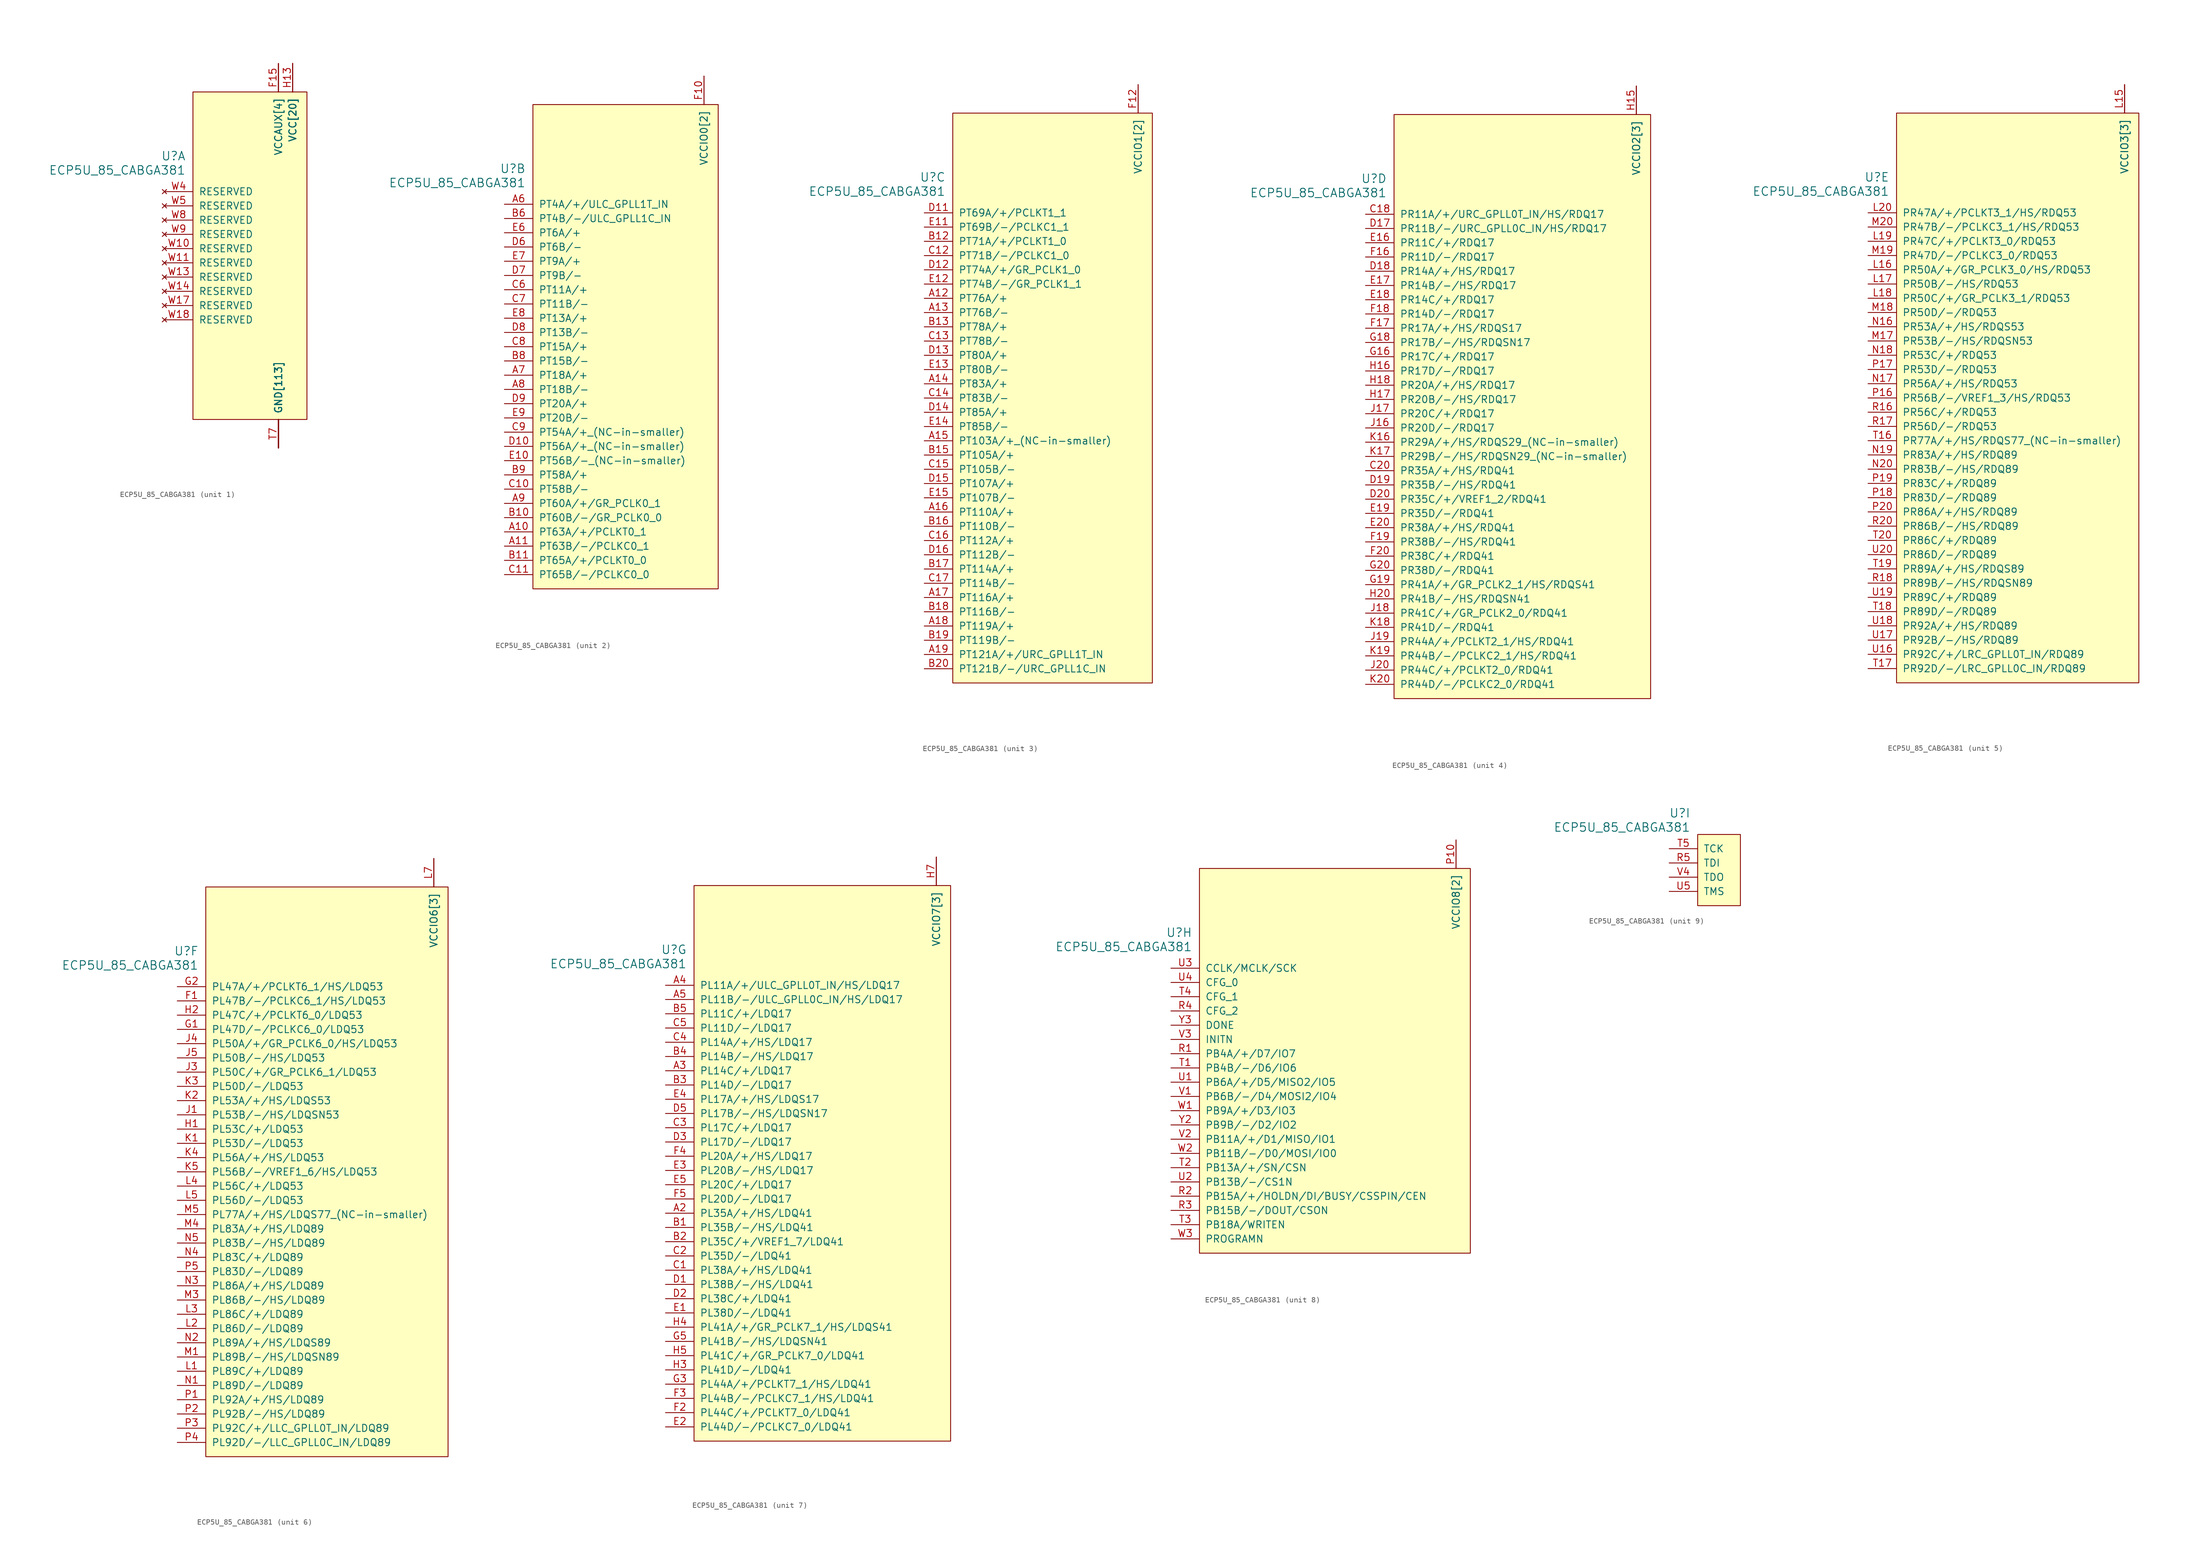
<source format=kicad_sym>
(kicad_symbol_lib
  (version 20211014)
  (generator kicad_symbol_editor)
  (symbol "ECP5U_85_CABGA381"
    (pin_names
      (offset 1.016))
    (property "Reference" "U"
      (at 3.81 6.35 0)
      (effects (font (size 1.524 1.524)) (justify right)))
    (property "Value" "ECP5U_85_CABGA381"
      (at 3.81 3.81 0)
      (effects (font (size 1.524 1.524)) (justify right)))
    (property "ki_locked" ""
      (at 0 0 0)
      (effects (font (size 1.27 1.27))))
    (symbol "ECP5U_85_CABGA381_1_1"
      (rectangle (start 5.08 17.78) (end 25.4 -40.64) (stroke (width 0) (type default) (color 0 0 0 0)) (fill (type background)))
      (pin power_in line (at 20.32 -45.72 90) (length 5.08) (name "GND[113]" (effects (font (size 1.27 1.27)))) (number "B14" (effects (font (size 0 0)))))
      (pin power_in line (at 20.32 -45.72 90) (length 5.08) (name "GND[113]" (effects (font (size 1.27 1.27)))) (number "B7" (effects (font (size 0 0)))))
      (pin power_in line (at 20.32 -45.72 90) (length 5.08) (name "GND[113]" (effects (font (size 1.27 1.27)))) (number "C19" (effects (font (size 0 0)))))
      (pin power_in line (at 20.32 -45.72 90) (length 5.08) (name "GND[113]" (effects (font (size 1.27 1.27)))) (number "D4" (effects (font (size 0 0)))))
      (pin power_in line (at 20.32 -45.72 90) (length 5.08) (name "GND[113]" (effects (font (size 1.27 1.27)))) (number "F13" (effects (font (size 0 0)))))
      (pin power_in line (at 20.32 -45.72 90) (length 5.08) (name "GND[113]" (effects (font (size 1.27 1.27)))) (number "F14" (effects (font (size 0 0)))))
      (pin power_in line (at 20.32 22.86 270) (length 5.08) (name "VCCAUX[4]" (effects (font (size 1.27 1.27)))) (number "F15" (effects (font (size 1.27 1.27)))))
      (pin power_in line (at 20.32 22.86 270) (length 5.08) (name "VCCAUX[4]" (effects (font (size 1.27 1.27)))) (number "F6" (effects (font (size 0 0)))))
      (pin power_in line (at 20.32 -45.72 90) (length 5.08) (name "GND[113]" (effects (font (size 1.27 1.27)))) (number "F7" (effects (font (size 0 0)))))
      (pin power_in line (at 20.32 -45.72 90) (length 5.08) (name "GND[113]" (effects (font (size 1.27 1.27)))) (number "F8" (effects (font (size 0 0)))))
      (pin power_in line (at 20.32 -45.72 90) (length 5.08) (name "GND[113]" (effects (font (size 1.27 1.27)))) (number "G10" (effects (font (size 0 0)))))
      (pin power_in line (at 20.32 -45.72 90) (length 5.08) (name "GND[113]" (effects (font (size 1.27 1.27)))) (number "G11" (effects (font (size 0 0)))))
      (pin power_in line (at 20.32 -45.72 90) (length 5.08) (name "GND[113]" (effects (font (size 1.27 1.27)))) (number "G12" (effects (font (size 0 0)))))
      (pin power_in line (at 20.32 -45.72 90) (length 5.08) (name "GND[113]" (effects (font (size 1.27 1.27)))) (number "G13" (effects (font (size 0 0)))))
      (pin power_in line (at 20.32 -45.72 90) (length 5.08) (name "GND[113]" (effects (font (size 1.27 1.27)))) (number "G14" (effects (font (size 0 0)))))
      (pin power_in line (at 20.32 -45.72 90) (length 5.08) (name "GND[113]" (effects (font (size 1.27 1.27)))) (number "G15" (effects (font (size 0 0)))))
      (pin power_in line (at 20.32 -45.72 90) (length 5.08) (name "GND[113]" (effects (font (size 1.27 1.27)))) (number "G17" (effects (font (size 0 0)))))
      (pin power_in line (at 20.32 -45.72 90) (length 5.08) (name "GND[113]" (effects (font (size 1.27 1.27)))) (number "G4" (effects (font (size 0 0)))))
      (pin power_in line (at 20.32 -45.72 90) (length 5.08) (name "GND[113]" (effects (font (size 1.27 1.27)))) (number "G6" (effects (font (size 0 0)))))
      (pin power_in line (at 20.32 -45.72 90) (length 5.08) (name "GND[113]" (effects (font (size 1.27 1.27)))) (number "G7" (effects (font (size 0 0)))))
      (pin power_in line (at 20.32 -45.72 90) (length 5.08) (name "GND[113]" (effects (font (size 1.27 1.27)))) (number "G8" (effects (font (size 0 0)))))
      (pin power_in line (at 20.32 -45.72 90) (length 5.08) (name "GND[113]" (effects (font (size 1.27 1.27)))) (number "G9" (effects (font (size 0 0)))))
      (pin power_in line (at 22.86 22.86 270) (length 5.08) (name "VCC[20]" (effects (font (size 1.27 1.27)))) (number "H10" (effects (font (size 0 0)))))
      (pin power_in line (at 22.86 22.86 270) (length 5.08) (name "VCC[20]" (effects (font (size 1.27 1.27)))) (number "H11" (effects (font (size 0 0)))))
      (pin power_in line (at 22.86 22.86 270) (length 5.08) (name "VCC[20]" (effects (font (size 1.27 1.27)))) (number "H12" (effects (font (size 0 0)))))
      (pin power_in line (at 22.86 22.86 270) (length 5.08) (name "VCC[20]" (effects (font (size 1.27 1.27)))) (number "H13" (effects (font (size 1.27 1.27)))))
      (pin power_in line (at 20.32 -45.72 90) (length 5.08) (name "GND[113]" (effects (font (size 1.27 1.27)))) (number "H19" (effects (font (size 0 0)))))
      (pin power_in line (at 22.86 22.86 270) (length 5.08) (name "VCC[20]" (effects (font (size 1.27 1.27)))) (number "H8" (effects (font (size 0 0)))))
      (pin power_in line (at 22.86 22.86 270) (length 5.08) (name "VCC[20]" (effects (font (size 1.27 1.27)))) (number "H9" (effects (font (size 0 0)))))
      (pin power_in line (at 20.32 -45.72 90) (length 5.08) (name "GND[113]" (effects (font (size 1.27 1.27)))) (number "J10" (effects (font (size 0 0)))))
      (pin power_in line (at 20.32 -45.72 90) (length 5.08) (name "GND[113]" (effects (font (size 1.27 1.27)))) (number "J11" (effects (font (size 0 0)))))
      (pin power_in line (at 20.32 -45.72 90) (length 5.08) (name "GND[113]" (effects (font (size 1.27 1.27)))) (number "J12" (effects (font (size 0 0)))))
      (pin power_in line (at 22.86 22.86 270) (length 5.08) (name "VCC[20]" (effects (font (size 1.27 1.27)))) (number "J13" (effects (font (size 0 0)))))
      (pin power_in line (at 20.32 -45.72 90) (length 5.08) (name "GND[113]" (effects (font (size 1.27 1.27)))) (number "J14" (effects (font (size 0 0)))))
      (pin power_in line (at 20.32 -45.72 90) (length 5.08) (name "GND[113]" (effects (font (size 1.27 1.27)))) (number "J2" (effects (font (size 0 0)))))
      (pin power_in line (at 20.32 -45.72 90) (length 5.08) (name "GND[113]" (effects (font (size 1.27 1.27)))) (number "J7" (effects (font (size 0 0)))))
      (pin power_in line (at 22.86 22.86 270) (length 5.08) (name "VCC[20]" (effects (font (size 1.27 1.27)))) (number "J8" (effects (font (size 0 0)))))
      (pin power_in line (at 20.32 -45.72 90) (length 5.08) (name "GND[113]" (effects (font (size 1.27 1.27)))) (number "J9" (effects (font (size 0 0)))))
      (pin power_in line (at 20.32 -45.72 90) (length 5.08) (name "GND[113]" (effects (font (size 1.27 1.27)))) (number "K10" (effects (font (size 0 0)))))
      (pin power_in line (at 20.32 -45.72 90) (length 5.08) (name "GND[113]" (effects (font (size 1.27 1.27)))) (number "K11" (effects (font (size 0 0)))))
      (pin power_in line (at 20.32 -45.72 90) (length 5.08) (name "GND[113]" (effects (font (size 1.27 1.27)))) (number "K12" (effects (font (size 0 0)))))
      (pin power_in line (at 22.86 22.86 270) (length 5.08) (name "VCC[20]" (effects (font (size 1.27 1.27)))) (number "K13" (effects (font (size 0 0)))))
      (pin power_in line (at 20.32 -45.72 90) (length 5.08) (name "GND[113]" (effects (font (size 1.27 1.27)))) (number "K14" (effects (font (size 0 0)))))
      (pin power_in line (at 20.32 -45.72 90) (length 5.08) (name "GND[113]" (effects (font (size 1.27 1.27)))) (number "K15" (effects (font (size 0 0)))))
      (pin power_in line (at 20.32 -45.72 90) (length 5.08) (name "GND[113]" (effects (font (size 1.27 1.27)))) (number "K6" (effects (font (size 0 0)))))
      (pin power_in line (at 20.32 -45.72 90) (length 5.08) (name "GND[113]" (effects (font (size 1.27 1.27)))) (number "K7" (effects (font (size 0 0)))))
      (pin power_in line (at 22.86 22.86 270) (length 5.08) (name "VCC[20]" (effects (font (size 1.27 1.27)))) (number "K8" (effects (font (size 0 0)))))
      (pin power_in line (at 20.32 -45.72 90) (length 5.08) (name "GND[113]" (effects (font (size 1.27 1.27)))) (number "K9" (effects (font (size 0 0)))))
      (pin power_in line (at 20.32 -45.72 90) (length 5.08) (name "GND[113]" (effects (font (size 1.27 1.27)))) (number "L10" (effects (font (size 0 0)))))
      (pin power_in line (at 20.32 -45.72 90) (length 5.08) (name "GND[113]" (effects (font (size 1.27 1.27)))) (number "L11" (effects (font (size 0 0)))))
      (pin power_in line (at 20.32 -45.72 90) (length 5.08) (name "GND[113]" (effects (font (size 1.27 1.27)))) (number "L12" (effects (font (size 0 0)))))
      (pin power_in line (at 22.86 22.86 270) (length 5.08) (name "VCC[20]" (effects (font (size 1.27 1.27)))) (number "L13" (effects (font (size 0 0)))))
      (pin power_in line (at 22.86 22.86 270) (length 5.08) (name "VCC[20]" (effects (font (size 1.27 1.27)))) (number "L8" (effects (font (size 0 0)))))
      (pin power_in line (at 20.32 -45.72 90) (length 5.08) (name "GND[113]" (effects (font (size 1.27 1.27)))) (number "L9" (effects (font (size 0 0)))))
      (pin power_in line (at 20.32 -45.72 90) (length 5.08) (name "GND[113]" (effects (font (size 1.27 1.27)))) (number "M10" (effects (font (size 0 0)))))
      (pin power_in line (at 20.32 -45.72 90) (length 5.08) (name "GND[113]" (effects (font (size 1.27 1.27)))) (number "M11" (effects (font (size 0 0)))))
      (pin power_in line (at 20.32 -45.72 90) (length 5.08) (name "GND[113]" (effects (font (size 1.27 1.27)))) (number "M12" (effects (font (size 0 0)))))
      (pin power_in line (at 22.86 22.86 270) (length 5.08) (name "VCC[20]" (effects (font (size 1.27 1.27)))) (number "M13" (effects (font (size 0 0)))))
      (pin power_in line (at 20.32 -45.72 90) (length 5.08) (name "GND[113]" (effects (font (size 1.27 1.27)))) (number "M14" (effects (font (size 0 0)))))
      (pin power_in line (at 20.32 -45.72 90) (length 5.08) (name "GND[113]" (effects (font (size 1.27 1.27)))) (number "M16" (effects (font (size 0 0)))))
      (pin power_in line (at 20.32 -45.72 90) (length 5.08) (name "GND[113]" (effects (font (size 1.27 1.27)))) (number "M2" (effects (font (size 0 0)))))
      (pin power_in line (at 20.32 -45.72 90) (length 5.08) (name "GND[113]" (effects (font (size 1.27 1.27)))) (number "M7" (effects (font (size 0 0)))))
      (pin power_in line (at 22.86 22.86 270) (length 5.08) (name "VCC[20]" (effects (font (size 1.27 1.27)))) (number "M8" (effects (font (size 0 0)))))
      (pin power_in line (at 20.32 -45.72 90) (length 5.08) (name "GND[113]" (effects (font (size 1.27 1.27)))) (number "M9" (effects (font (size 0 0)))))
      (pin power_in line (at 22.86 22.86 270) (length 5.08) (name "VCC[20]" (effects (font (size 1.27 1.27)))) (number "N10" (effects (font (size 0 0)))))
      (pin power_in line (at 22.86 22.86 270) (length 5.08) (name "VCC[20]" (effects (font (size 1.27 1.27)))) (number "N11" (effects (font (size 0 0)))))
      (pin power_in line (at 22.86 22.86 270) (length 5.08) (name "VCC[20]" (effects (font (size 1.27 1.27)))) (number "N12" (effects (font (size 0 0)))))
      (pin power_in line (at 22.86 22.86 270) (length 5.08) (name "VCC[20]" (effects (font (size 1.27 1.27)))) (number "N13" (effects (font (size 0 0)))))
      (pin power_in line (at 20.32 -45.72 90) (length 5.08) (name "GND[113]" (effects (font (size 1.27 1.27)))) (number "N14" (effects (font (size 0 0)))))
      (pin power_in line (at 20.32 -45.72 90) (length 5.08) (name "GND[113]" (effects (font (size 1.27 1.27)))) (number "N15" (effects (font (size 0 0)))))
      (pin power_in line (at 20.32 -45.72 90) (length 5.08) (name "GND[113]" (effects (font (size 1.27 1.27)))) (number "N6" (effects (font (size 0 0)))))
      (pin power_in line (at 20.32 -45.72 90) (length 5.08) (name "GND[113]" (effects (font (size 1.27 1.27)))) (number "N7" (effects (font (size 0 0)))))
      (pin power_in line (at 22.86 22.86 270) (length 5.08) (name "VCC[20]" (effects (font (size 1.27 1.27)))) (number "N8" (effects (font (size 0 0)))))
      (pin power_in line (at 22.86 22.86 270) (length 5.08) (name "VCC[20]" (effects (font (size 1.27 1.27)))) (number "N9" (effects (font (size 0 0)))))
      (pin power_in line (at 20.32 -45.72 90) (length 5.08) (name "GND[113]" (effects (font (size 1.27 1.27)))) (number "P11" (effects (font (size 0 0)))))
      (pin power_in line (at 20.32 -45.72 90) (length 5.08) (name "GND[113]" (effects (font (size 1.27 1.27)))) (number "P12" (effects (font (size 0 0)))))
      (pin power_in line (at 20.32 -45.72 90) (length 5.08) (name "GND[113]" (effects (font (size 1.27 1.27)))) (number "P13" (effects (font (size 0 0)))))
      (pin power_in line (at 20.32 -45.72 90) (length 5.08) (name "GND[113]" (effects (font (size 1.27 1.27)))) (number "P14" (effects (font (size 0 0)))))
      (pin power_in line (at 20.32 22.86 270) (length 5.08) (name "VCCAUX[4]" (effects (font (size 1.27 1.27)))) (number "P15" (effects (font (size 0 0)))))
      (pin power_in line (at 20.32 22.86 270) (length 5.08) (name "VCCAUX[4]" (effects (font (size 1.27 1.27)))) (number "P6" (effects (font (size 0 0)))))
      (pin power_in line (at 20.32 -45.72 90) (length 5.08) (name "GND[113]" (effects (font (size 1.27 1.27)))) (number "P7" (effects (font (size 0 0)))))
      (pin power_in line (at 20.32 -45.72 90) (length 5.08) (name "GND[113]" (effects (font (size 1.27 1.27)))) (number "P8" (effects (font (size 0 0)))))
      (pin power_in line (at 20.32 -45.72 90) (length 5.08) (name "GND[113]" (effects (font (size 1.27 1.27)))) (number "R19" (effects (font (size 0 0)))))
      (pin power_in line (at 20.32 -45.72 90) (length 5.08) (name "GND[113]" (effects (font (size 1.27 1.27)))) (number "T10" (effects (font (size 0 0)))))
      (pin power_in line (at 20.32 -45.72 90) (length 5.08) (name "GND[113]" (effects (font (size 1.27 1.27)))) (number "T11" (effects (font (size 0 0)))))
      (pin power_in line (at 20.32 -45.72 90) (length 5.08) (name "GND[113]" (effects (font (size 1.27 1.27)))) (number "T12" (effects (font (size 0 0)))))
      (pin power_in line (at 20.32 -45.72 90) (length 5.08) (name "GND[113]" (effects (font (size 1.27 1.27)))) (number "T13" (effects (font (size 0 0)))))
      (pin power_in line (at 20.32 -45.72 90) (length 5.08) (name "GND[113]" (effects (font (size 1.27 1.27)))) (number "T14" (effects (font (size 0 0)))))
      (pin power_in line (at 20.32 -45.72 90) (length 5.08) (name "GND[113]" (effects (font (size 1.27 1.27)))) (number "T15" (effects (font (size 0 0)))))
      (pin power_in line (at 20.32 -45.72 90) (length 5.08) (name "GND[113]" (effects (font (size 1.27 1.27)))) (number "T6" (effects (font (size 0 0)))))
      (pin power_in line (at 20.32 -45.72 90) (length 5.08) (name "GND[113]" (effects (font (size 1.27 1.27)))) (number "T7" (effects (font (size 1.27 1.27)))))
      (pin power_in line (at 20.32 -45.72 90) (length 5.08) (name "GND[113]" (effects (font (size 1.27 1.27)))) (number "T8" (effects (font (size 0 0)))))
      (pin power_in line (at 20.32 -45.72 90) (length 5.08) (name "GND[113]" (effects (font (size 1.27 1.27)))) (number "T9" (effects (font (size 0 0)))))
      (pin power_in line (at 20.32 -45.72 90) (length 5.08) (name "GND[113]" (effects (font (size 1.27 1.27)))) (number "U10" (effects (font (size 0 0)))))
      (pin power_in line (at 20.32 -45.72 90) (length 5.08) (name "GND[113]" (effects (font (size 1.27 1.27)))) (number "U11" (effects (font (size 0 0)))))
      (pin power_in line (at 20.32 -45.72 90) (length 5.08) (name "GND[113]" (effects (font (size 1.27 1.27)))) (number "U12" (effects (font (size 0 0)))))
      (pin power_in line (at 20.32 -45.72 90) (length 5.08) (name "GND[113]" (effects (font (size 1.27 1.27)))) (number "U13" (effects (font (size 0 0)))))
      (pin power_in line (at 20.32 -45.72 90) (length 5.08) (name "GND[113]" (effects (font (size 1.27 1.27)))) (number "U14" (effects (font (size 0 0)))))
      (pin power_in line (at 20.32 -45.72 90) (length 5.08) (name "GND[113]" (effects (font (size 1.27 1.27)))) (number "U15" (effects (font (size 0 0)))))
      (pin power_in line (at 20.32 -45.72 90) (length 5.08) (name "GND[113]" (effects (font (size 1.27 1.27)))) (number "U6" (effects (font (size 0 0)))))
      (pin power_in line (at 20.32 -45.72 90) (length 5.08) (name "GND[113]" (effects (font (size 1.27 1.27)))) (number "U7" (effects (font (size 0 0)))))
      (pin power_in line (at 20.32 -45.72 90) (length 5.08) (name "GND[113]" (effects (font (size 1.27 1.27)))) (number "U8" (effects (font (size 0 0)))))
      (pin power_in line (at 20.32 -45.72 90) (length 5.08) (name "GND[113]" (effects (font (size 1.27 1.27)))) (number "U9" (effects (font (size 0 0)))))
      (pin power_in line (at 20.32 -45.72 90) (length 5.08) (name "GND[113]" (effects (font (size 1.27 1.27)))) (number "V10" (effects (font (size 0 0)))))
      (pin power_in line (at 20.32 -45.72 90) (length 5.08) (name "GND[113]" (effects (font (size 1.27 1.27)))) (number "V11" (effects (font (size 0 0)))))
      (pin power_in line (at 20.32 -45.72 90) (length 5.08) (name "GND[113]" (effects (font (size 1.27 1.27)))) (number "V12" (effects (font (size 0 0)))))
      (pin power_in line (at 20.32 -45.72 90) (length 5.08) (name "GND[113]" (effects (font (size 1.27 1.27)))) (number "V13" (effects (font (size 0 0)))))
      (pin power_in line (at 20.32 -45.72 90) (length 5.08) (name "GND[113]" (effects (font (size 1.27 1.27)))) (number "V14" (effects (font (size 0 0)))))
      (pin power_in line (at 20.32 -45.72 90) (length 5.08) (name "GND[113]" (effects (font (size 1.27 1.27)))) (number "V15" (effects (font (size 0 0)))))
      (pin power_in line (at 20.32 -45.72 90) (length 5.08) (name "GND[113]" (effects (font (size 1.27 1.27)))) (number "V16" (effects (font (size 0 0)))))
      (pin power_in line (at 20.32 -45.72 90) (length 5.08) (name "GND[113]" (effects (font (size 1.27 1.27)))) (number "V17" (effects (font (size 0 0)))))
      (pin power_in line (at 20.32 -45.72 90) (length 5.08) (name "GND[113]" (effects (font (size 1.27 1.27)))) (number "V18" (effects (font (size 0 0)))))
      (pin power_in line (at 20.32 -45.72 90) (length 5.08) (name "GND[113]" (effects (font (size 1.27 1.27)))) (number "V19" (effects (font (size 0 0)))))
      (pin power_in line (at 20.32 -45.72 90) (length 5.08) (name "GND[113]" (effects (font (size 1.27 1.27)))) (number "V20" (effects (font (size 0 0)))))
      (pin power_in line (at 20.32 -45.72 90) (length 5.08) (name "GND[113]" (effects (font (size 1.27 1.27)))) (number "V5" (effects (font (size 0 0)))))
      (pin power_in line (at 20.32 -45.72 90) (length 5.08) (name "GND[113]" (effects (font (size 1.27 1.27)))) (number "V6" (effects (font (size 0 0)))))
      (pin power_in line (at 20.32 -45.72 90) (length 5.08) (name "GND[113]" (effects (font (size 1.27 1.27)))) (number "V7" (effects (font (size 0 0)))))
      (pin power_in line (at 20.32 -45.72 90) (length 5.08) (name "GND[113]" (effects (font (size 1.27 1.27)))) (number "V8" (effects (font (size 0 0)))))
      (pin power_in line (at 20.32 -45.72 90) (length 5.08) (name "GND[113]" (effects (font (size 1.27 1.27)))) (number "V9" (effects (font (size 0 0)))))
      (pin no_connect line (at 0 -10.16 0) (length 5.08) (name "RESERVED" (effects (font (size 1.27 1.27)))) (number "W10" (effects (font (size 1.27 1.27)))))
      (pin no_connect line (at 0 -12.7 0) (length 5.08) (name "RESERVED" (effects (font (size 1.27 1.27)))) (number "W11" (effects (font (size 1.27 1.27)))))
      (pin power_in line (at 20.32 -45.72 90) (length 5.08) (name "GND[113]" (effects (font (size 1.27 1.27)))) (number "W12" (effects (font (size 0 0)))))
      (pin no_connect line (at 0 -15.24 0) (length 5.08) (name "RESERVED" (effects (font (size 1.27 1.27)))) (number "W13" (effects (font (size 1.27 1.27)))))
      (pin no_connect line (at 0 -17.78 0) (length 5.08) (name "RESERVED" (effects (font (size 1.27 1.27)))) (number "W14" (effects (font (size 1.27 1.27)))))
      (pin power_in line (at 20.32 -45.72 90) (length 5.08) (name "GND[113]" (effects (font (size 1.27 1.27)))) (number "W15" (effects (font (size 0 0)))))
      (pin power_in line (at 20.32 -45.72 90) (length 5.08) (name "GND[113]" (effects (font (size 1.27 1.27)))) (number "W16" (effects (font (size 0 0)))))
      (pin no_connect line (at 0 -20.32 0) (length 5.08) (name "RESERVED" (effects (font (size 1.27 1.27)))) (number "W17" (effects (font (size 1.27 1.27)))))
      (pin no_connect line (at 0 -22.86 0) (length 5.08) (name "RESERVED" (effects (font (size 1.27 1.27)))) (number "W18" (effects (font (size 1.27 1.27)))))
      (pin power_in line (at 20.32 -45.72 90) (length 5.08) (name "GND[113]" (effects (font (size 1.27 1.27)))) (number "W19" (effects (font (size 0 0)))))
      (pin power_in line (at 20.32 -45.72 90) (length 5.08) (name "GND[113]" (effects (font (size 1.27 1.27)))) (number "W20" (effects (font (size 0 0)))))
      (pin no_connect line (at 0 0 0) (length 5.08) (name "RESERVED" (effects (font (size 1.27 1.27)))) (number "W4" (effects (font (size 1.27 1.27)))))
      (pin no_connect line (at 0 -2.54 0) (length 5.08) (name "RESERVED" (effects (font (size 1.27 1.27)))) (number "W5" (effects (font (size 1.27 1.27)))))
      (pin power_in line (at 20.32 -45.72 90) (length 5.08) (name "GND[113]" (effects (font (size 1.27 1.27)))) (number "W6" (effects (font (size 0 0)))))
      (pin power_in line (at 20.32 -45.72 90) (length 5.08) (name "GND[113]" (effects (font (size 1.27 1.27)))) (number "W7" (effects (font (size 0 0)))))
      (pin no_connect line (at 0 -5.08 0) (length 5.08) (name "RESERVED" (effects (font (size 1.27 1.27)))) (number "W8" (effects (font (size 1.27 1.27)))))
      (pin no_connect line (at 0 -7.62 0) (length 5.08) (name "RESERVED" (effects (font (size 1.27 1.27)))) (number "W9" (effects (font (size 1.27 1.27)))))
      (pin power_in line (at 20.32 -45.72 90) (length 5.08) (name "GND[113]" (effects (font (size 1.27 1.27)))) (number "Y11" (effects (font (size 0 0)))))
      (pin power_in line (at 20.32 -45.72 90) (length 5.08) (name "GND[113]" (effects (font (size 1.27 1.27)))) (number "Y12" (effects (font (size 0 0)))))
      (pin power_in line (at 20.32 -45.72 90) (length 5.08) (name "GND[113]" (effects (font (size 1.27 1.27)))) (number "Y14" (effects (font (size 0 0)))))
      (pin power_in line (at 20.32 -45.72 90) (length 5.08) (name "GND[113]" (effects (font (size 1.27 1.27)))) (number "Y15" (effects (font (size 0 0)))))
      (pin power_in line (at 20.32 -45.72 90) (length 5.08) (name "GND[113]" (effects (font (size 1.27 1.27)))) (number "Y16" (effects (font (size 0 0)))))
      (pin power_in line (at 20.32 -45.72 90) (length 5.08) (name "GND[113]" (effects (font (size 1.27 1.27)))) (number "Y17" (effects (font (size 0 0)))))
      (pin power_in line (at 20.32 -45.72 90) (length 5.08) (name "GND[113]" (effects (font (size 1.27 1.27)))) (number "Y19" (effects (font (size 0 0)))))
      (pin power_in line (at 20.32 -45.72 90) (length 5.08) (name "GND[113]" (effects (font (size 1.27 1.27)))) (number "Y5" (effects (font (size 0 0)))))
      (pin power_in line (at 20.32 -45.72 90) (length 5.08) (name "GND[113]" (effects (font (size 1.27 1.27)))) (number "Y6" (effects (font (size 0 0)))))
      (pin power_in line (at 20.32 -45.72 90) (length 5.08) (name "GND[113]" (effects (font (size 1.27 1.27)))) (number "Y7" (effects (font (size 0 0)))))
      (pin power_in line (at 20.32 -45.72 90) (length 5.08) (name "GND[113]" (effects (font (size 1.27 1.27)))) (number "Y8" (effects (font (size 0 0))))))
    (symbol "ECP5U_85_CABGA381_2_1"
      (rectangle (start 5.08 17.78) (end 38.1 -68.58) (stroke (width 0) (type default) (color 0 0 0 0)) (fill (type background)))
      (pin bidirectional line (at 0 -58.42 0) (length 5.08) (name "PT63A/+/PCLKT0_1" (effects (font (size 1.27 1.27)))) (number "A10" (effects (font (size 1.27 1.27)))))
      (pin bidirectional line (at 0 -60.96 0) (length 5.08) (name "PT63B/-/PCLKC0_1" (effects (font (size 1.27 1.27)))) (number "A11" (effects (font (size 1.27 1.27)))))
      (pin bidirectional line (at 0 0 0) (length 5.08) (name "PT4A/+/ULC_GPLL1T_IN" (effects (font (size 1.27 1.27)))) (number "A6" (effects (font (size 1.27 1.27)))))
      (pin bidirectional line (at 0 -30.48 0) (length 5.08) (name "PT18A/+" (effects (font (size 1.27 1.27)))) (number "A7" (effects (font (size 1.27 1.27)))))
      (pin bidirectional line (at 0 -33.02 0) (length 5.08) (name "PT18B/-" (effects (font (size 1.27 1.27)))) (number "A8" (effects (font (size 1.27 1.27)))))
      (pin bidirectional line (at 0 -53.34 0) (length 5.08) (name "PT60A/+/GR_PCLK0_1" (effects (font (size 1.27 1.27)))) (number "A9" (effects (font (size 1.27 1.27)))))
      (pin bidirectional line (at 0 -55.88 0) (length 5.08) (name "PT60B/-/GR_PCLK0_0" (effects (font (size 1.27 1.27)))) (number "B10" (effects (font (size 1.27 1.27)))))
      (pin bidirectional line (at 0 -63.5 0) (length 5.08) (name "PT65A/+/PCLKT0_0" (effects (font (size 1.27 1.27)))) (number "B11" (effects (font (size 1.27 1.27)))))
      (pin bidirectional line (at 0 -2.54 0) (length 5.08) (name "PT4B/-/ULC_GPLL1C_IN" (effects (font (size 1.27 1.27)))) (number "B6" (effects (font (size 1.27 1.27)))))
      (pin bidirectional line (at 0 -27.94 0) (length 5.08) (name "PT15B/-" (effects (font (size 1.27 1.27)))) (number "B8" (effects (font (size 1.27 1.27)))))
      (pin bidirectional line (at 0 -48.26 0) (length 5.08) (name "PT58A/+" (effects (font (size 1.27 1.27)))) (number "B9" (effects (font (size 1.27 1.27)))))
      (pin bidirectional line (at 0 -50.8 0) (length 5.08) (name "PT58B/-" (effects (font (size 1.27 1.27)))) (number "C10" (effects (font (size 1.27 1.27)))))
      (pin bidirectional line (at 0 -66.04 0) (length 5.08) (name "PT65B/-/PCLKC0_0" (effects (font (size 1.27 1.27)))) (number "C11" (effects (font (size 1.27 1.27)))))
      (pin bidirectional line (at 0 -15.24 0) (length 5.08) (name "PT11A/+" (effects (font (size 1.27 1.27)))) (number "C6" (effects (font (size 1.27 1.27)))))
      (pin bidirectional line (at 0 -17.78 0) (length 5.08) (name "PT11B/-" (effects (font (size 1.27 1.27)))) (number "C7" (effects (font (size 1.27 1.27)))))
      (pin bidirectional line (at 0 -25.4 0) (length 5.08) (name "PT15A/+" (effects (font (size 1.27 1.27)))) (number "C8" (effects (font (size 1.27 1.27)))))
      (pin bidirectional line (at 0 -40.64 0) (length 5.08) (name "PT54A/+_(NC-in-smaller)" (effects (font (size 1.27 1.27)))) (number "C9" (effects (font (size 1.27 1.27)))))
      (pin bidirectional line (at 0 -43.18 0) (length 5.08) (name "PT56A/+_(NC-in-smaller)" (effects (font (size 1.27 1.27)))) (number "D10" (effects (font (size 1.27 1.27)))))
      (pin bidirectional line (at 0 -7.62 0) (length 5.08) (name "PT6B/-" (effects (font (size 1.27 1.27)))) (number "D6" (effects (font (size 1.27 1.27)))))
      (pin bidirectional line (at 0 -12.7 0) (length 5.08) (name "PT9B/-" (effects (font (size 1.27 1.27)))) (number "D7" (effects (font (size 1.27 1.27)))))
      (pin bidirectional line (at 0 -22.86 0) (length 5.08) (name "PT13B/-" (effects (font (size 1.27 1.27)))) (number "D8" (effects (font (size 1.27 1.27)))))
      (pin bidirectional line (at 0 -35.56 0) (length 5.08) (name "PT20A/+" (effects (font (size 1.27 1.27)))) (number "D9" (effects (font (size 1.27 1.27)))))
      (pin bidirectional line (at 0 -45.72 0) (length 5.08) (name "PT56B/-_(NC-in-smaller)" (effects (font (size 1.27 1.27)))) (number "E10" (effects (font (size 1.27 1.27)))))
      (pin bidirectional line (at 0 -5.08 0) (length 5.08) (name "PT6A/+" (effects (font (size 1.27 1.27)))) (number "E6" (effects (font (size 1.27 1.27)))))
      (pin bidirectional line (at 0 -10.16 0) (length 5.08) (name "PT9A/+" (effects (font (size 1.27 1.27)))) (number "E7" (effects (font (size 1.27 1.27)))))
      (pin bidirectional line (at 0 -20.32 0) (length 5.08) (name "PT13A/+" (effects (font (size 1.27 1.27)))) (number "E8" (effects (font (size 1.27 1.27)))))
      (pin bidirectional line (at 0 -38.1 0) (length 5.08) (name "PT20B/-" (effects (font (size 1.27 1.27)))) (number "E9" (effects (font (size 1.27 1.27)))))
      (pin power_in line (at 35.56 22.86 270) (length 5.08) (name "VCCIO0[2]" (effects (font (size 1.27 1.27)))) (number "F10" (effects (font (size 1.27 1.27)))))
      (pin power_in line (at 35.56 22.86 270) (length 5.08) (name "VCCIO0[2]" (effects (font (size 1.27 1.27)))) (number "F9" (effects (font (size 0 0))))))
    (symbol "ECP5U_85_CABGA381_3_1"
      (rectangle (start 5.08 17.78) (end 40.64 -83.82) (stroke (width 0) (type default) (color 0 0 0 0)) (fill (type background)))
      (pin bidirectional line (at 0 -15.24 0) (length 5.08) (name "PT76A/+" (effects (font (size 1.27 1.27)))) (number "A12" (effects (font (size 1.27 1.27)))))
      (pin bidirectional line (at 0 -17.78 0) (length 5.08) (name "PT76B/-" (effects (font (size 1.27 1.27)))) (number "A13" (effects (font (size 1.27 1.27)))))
      (pin bidirectional line (at 0 -30.48 0) (length 5.08) (name "PT83A/+" (effects (font (size 1.27 1.27)))) (number "A14" (effects (font (size 1.27 1.27)))))
      (pin bidirectional line (at 0 -40.64 0) (length 5.08) (name "PT103A/+_(NC-in-smaller)" (effects (font (size 1.27 1.27)))) (number "A15" (effects (font (size 1.27 1.27)))))
      (pin bidirectional line (at 0 -53.34 0) (length 5.08) (name "PT110A/+" (effects (font (size 1.27 1.27)))) (number "A16" (effects (font (size 1.27 1.27)))))
      (pin bidirectional line (at 0 -68.58 0) (length 5.08) (name "PT116A/+" (effects (font (size 1.27 1.27)))) (number "A17" (effects (font (size 1.27 1.27)))))
      (pin bidirectional line (at 0 -73.66 0) (length 5.08) (name "PT119A/+" (effects (font (size 1.27 1.27)))) (number "A18" (effects (font (size 1.27 1.27)))))
      (pin bidirectional line (at 0 -78.74 0) (length 5.08) (name "PT121A/+/URC_GPLL1T_IN" (effects (font (size 1.27 1.27)))) (number "A19" (effects (font (size 1.27 1.27)))))
      (pin bidirectional line (at 0 -5.08 0) (length 5.08) (name "PT71A/+/PCLKT1_0" (effects (font (size 1.27 1.27)))) (number "B12" (effects (font (size 1.27 1.27)))))
      (pin bidirectional line (at 0 -20.32 0) (length 5.08) (name "PT78A/+" (effects (font (size 1.27 1.27)))) (number "B13" (effects (font (size 1.27 1.27)))))
      (pin bidirectional line (at 0 -43.18 0) (length 5.08) (name "PT105A/+" (effects (font (size 1.27 1.27)))) (number "B15" (effects (font (size 1.27 1.27)))))
      (pin bidirectional line (at 0 -55.88 0) (length 5.08) (name "PT110B/-" (effects (font (size 1.27 1.27)))) (number "B16" (effects (font (size 1.27 1.27)))))
      (pin bidirectional line (at 0 -63.5 0) (length 5.08) (name "PT114A/+" (effects (font (size 1.27 1.27)))) (number "B17" (effects (font (size 1.27 1.27)))))
      (pin bidirectional line (at 0 -71.12 0) (length 5.08) (name "PT116B/-" (effects (font (size 1.27 1.27)))) (number "B18" (effects (font (size 1.27 1.27)))))
      (pin bidirectional line (at 0 -76.2 0) (length 5.08) (name "PT119B/-" (effects (font (size 1.27 1.27)))) (number "B19" (effects (font (size 1.27 1.27)))))
      (pin bidirectional line (at 0 -81.28 0) (length 5.08) (name "PT121B/-/URC_GPLL1C_IN" (effects (font (size 1.27 1.27)))) (number "B20" (effects (font (size 1.27 1.27)))))
      (pin bidirectional line (at 0 -7.62 0) (length 5.08) (name "PT71B/-/PCLKC1_0" (effects (font (size 1.27 1.27)))) (number "C12" (effects (font (size 1.27 1.27)))))
      (pin bidirectional line (at 0 -22.86 0) (length 5.08) (name "PT78B/-" (effects (font (size 1.27 1.27)))) (number "C13" (effects (font (size 1.27 1.27)))))
      (pin bidirectional line (at 0 -33.02 0) (length 5.08) (name "PT83B/-" (effects (font (size 1.27 1.27)))) (number "C14" (effects (font (size 1.27 1.27)))))
      (pin bidirectional line (at 0 -45.72 0) (length 5.08) (name "PT105B/-" (effects (font (size 1.27 1.27)))) (number "C15" (effects (font (size 1.27 1.27)))))
      (pin bidirectional line (at 0 -58.42 0) (length 5.08) (name "PT112A/+" (effects (font (size 1.27 1.27)))) (number "C16" (effects (font (size 1.27 1.27)))))
      (pin bidirectional line (at 0 -66.04 0) (length 5.08) (name "PT114B/-" (effects (font (size 1.27 1.27)))) (number "C17" (effects (font (size 1.27 1.27)))))
      (pin bidirectional line (at 0 0 0) (length 5.08) (name "PT69A/+/PCLKT1_1" (effects (font (size 1.27 1.27)))) (number "D11" (effects (font (size 1.27 1.27)))))
      (pin bidirectional line (at 0 -10.16 0) (length 5.08) (name "PT74A/+/GR_PCLK1_0" (effects (font (size 1.27 1.27)))) (number "D12" (effects (font (size 1.27 1.27)))))
      (pin bidirectional line (at 0 -25.4 0) (length 5.08) (name "PT80A/+" (effects (font (size 1.27 1.27)))) (number "D13" (effects (font (size 1.27 1.27)))))
      (pin bidirectional line (at 0 -35.56 0) (length 5.08) (name "PT85A/+" (effects (font (size 1.27 1.27)))) (number "D14" (effects (font (size 1.27 1.27)))))
      (pin bidirectional line (at 0 -48.26 0) (length 5.08) (name "PT107A/+" (effects (font (size 1.27 1.27)))) (number "D15" (effects (font (size 1.27 1.27)))))
      (pin bidirectional line (at 0 -60.96 0) (length 5.08) (name "PT112B/-" (effects (font (size 1.27 1.27)))) (number "D16" (effects (font (size 1.27 1.27)))))
      (pin bidirectional line (at 0 -2.54 0) (length 5.08) (name "PT69B/-/PCLKC1_1" (effects (font (size 1.27 1.27)))) (number "E11" (effects (font (size 1.27 1.27)))))
      (pin bidirectional line (at 0 -12.7 0) (length 5.08) (name "PT74B/-/GR_PCLK1_1" (effects (font (size 1.27 1.27)))) (number "E12" (effects (font (size 1.27 1.27)))))
      (pin bidirectional line (at 0 -27.94 0) (length 5.08) (name "PT80B/-" (effects (font (size 1.27 1.27)))) (number "E13" (effects (font (size 1.27 1.27)))))
      (pin bidirectional line (at 0 -38.1 0) (length 5.08) (name "PT85B/-" (effects (font (size 1.27 1.27)))) (number "E14" (effects (font (size 1.27 1.27)))))
      (pin bidirectional line (at 0 -50.8 0) (length 5.08) (name "PT107B/-" (effects (font (size 1.27 1.27)))) (number "E15" (effects (font (size 1.27 1.27)))))
      (pin power_in line (at 38.1 22.86 270) (length 5.08) (name "VCCIO1[2]" (effects (font (size 1.27 1.27)))) (number "F11" (effects (font (size 0 0)))))
      (pin power_in line (at 38.1 22.86 270) (length 5.08) (name "VCCIO1[2]" (effects (font (size 1.27 1.27)))) (number "F12" (effects (font (size 1.27 1.27))))))
    (symbol "ECP5U_85_CABGA381_4_1"
      (rectangle (start 5.08 17.78) (end 50.8 -86.36) (stroke (width 0) (type default) (color 0 0 0 0)) (fill (type background)))
      (pin bidirectional line (at 0 0 0) (length 5.08) (name "PR11A/+/URC_GPLL0T_IN/HS/RDQ17" (effects (font (size 1.27 1.27)))) (number "C18" (effects (font (size 1.27 1.27)))))
      (pin bidirectional line (at 0 -45.72 0) (length 5.08) (name "PR35A/+/HS/RDQ41" (effects (font (size 1.27 1.27)))) (number "C20" (effects (font (size 1.27 1.27)))))
      (pin bidirectional line (at 0 -2.54 0) (length 5.08) (name "PR11B/-/URC_GPLL0C_IN/HS/RDQ17" (effects (font (size 1.27 1.27)))) (number "D17" (effects (font (size 1.27 1.27)))))
      (pin bidirectional line (at 0 -10.16 0) (length 5.08) (name "PR14A/+/HS/RDQ17" (effects (font (size 1.27 1.27)))) (number "D18" (effects (font (size 1.27 1.27)))))
      (pin bidirectional line (at 0 -48.26 0) (length 5.08) (name "PR35B/-/HS/RDQ41" (effects (font (size 1.27 1.27)))) (number "D19" (effects (font (size 1.27 1.27)))))
      (pin bidirectional line (at 0 -50.8 0) (length 5.08) (name "PR35C/+/VREF1_2/RDQ41" (effects (font (size 1.27 1.27)))) (number "D20" (effects (font (size 1.27 1.27)))))
      (pin bidirectional line (at 0 -5.08 0) (length 5.08) (name "PR11C/+/RDQ17" (effects (font (size 1.27 1.27)))) (number "E16" (effects (font (size 1.27 1.27)))))
      (pin bidirectional line (at 0 -12.7 0) (length 5.08) (name "PR14B/-/HS/RDQ17" (effects (font (size 1.27 1.27)))) (number "E17" (effects (font (size 1.27 1.27)))))
      (pin bidirectional line (at 0 -15.24 0) (length 5.08) (name "PR14C/+/RDQ17" (effects (font (size 1.27 1.27)))) (number "E18" (effects (font (size 1.27 1.27)))))
      (pin bidirectional line (at 0 -53.34 0) (length 5.08) (name "PR35D/-/RDQ41" (effects (font (size 1.27 1.27)))) (number "E19" (effects (font (size 1.27 1.27)))))
      (pin bidirectional line (at 0 -55.88 0) (length 5.08) (name "PR38A/+/HS/RDQ41" (effects (font (size 1.27 1.27)))) (number "E20" (effects (font (size 1.27 1.27)))))
      (pin bidirectional line (at 0 -7.62 0) (length 5.08) (name "PR11D/-/RDQ17" (effects (font (size 1.27 1.27)))) (number "F16" (effects (font (size 1.27 1.27)))))
      (pin bidirectional line (at 0 -20.32 0) (length 5.08) (name "PR17A/+/HS/RDQS17" (effects (font (size 1.27 1.27)))) (number "F17" (effects (font (size 1.27 1.27)))))
      (pin bidirectional line (at 0 -17.78 0) (length 5.08) (name "PR14D/-/RDQ17" (effects (font (size 1.27 1.27)))) (number "F18" (effects (font (size 1.27 1.27)))))
      (pin bidirectional line (at 0 -58.42 0) (length 5.08) (name "PR38B/-/HS/RDQ41" (effects (font (size 1.27 1.27)))) (number "F19" (effects (font (size 1.27 1.27)))))
      (pin bidirectional line (at 0 -60.96 0) (length 5.08) (name "PR38C/+/RDQ41" (effects (font (size 1.27 1.27)))) (number "F20" (effects (font (size 1.27 1.27)))))
      (pin bidirectional line (at 0 -25.4 0) (length 5.08) (name "PR17C/+/RDQ17" (effects (font (size 1.27 1.27)))) (number "G16" (effects (font (size 1.27 1.27)))))
      (pin bidirectional line (at 0 -22.86 0) (length 5.08) (name "PR17B/-/HS/RDQSN17" (effects (font (size 1.27 1.27)))) (number "G18" (effects (font (size 1.27 1.27)))))
      (pin bidirectional line (at 0 -66.04 0) (length 5.08) (name "PR41A/+/GR_PCLK2_1/HS/RDQS41" (effects (font (size 1.27 1.27)))) (number "G19" (effects (font (size 1.27 1.27)))))
      (pin bidirectional line (at 0 -63.5 0) (length 5.08) (name "PR38D/-/RDQ41" (effects (font (size 1.27 1.27)))) (number "G20" (effects (font (size 1.27 1.27)))))
      (pin power_in line (at 48.26 22.86 270) (length 5.08) (name "VCCIO2[3]" (effects (font (size 1.27 1.27)))) (number "H14" (effects (font (size 0 0)))))
      (pin power_in line (at 48.26 22.86 270) (length 5.08) (name "VCCIO2[3]" (effects (font (size 1.27 1.27)))) (number "H15" (effects (font (size 1.27 1.27)))))
      (pin bidirectional line (at 0 -27.94 0) (length 5.08) (name "PR17D/-/RDQ17" (effects (font (size 1.27 1.27)))) (number "H16" (effects (font (size 1.27 1.27)))))
      (pin bidirectional line (at 0 -33.02 0) (length 5.08) (name "PR20B/-/HS/RDQ17" (effects (font (size 1.27 1.27)))) (number "H17" (effects (font (size 1.27 1.27)))))
      (pin bidirectional line (at 0 -30.48 0) (length 5.08) (name "PR20A/+/HS/RDQ17" (effects (font (size 1.27 1.27)))) (number "H18" (effects (font (size 1.27 1.27)))))
      (pin bidirectional line (at 0 -68.58 0) (length 5.08) (name "PR41B/-/HS/RDQSN41" (effects (font (size 1.27 1.27)))) (number "H20" (effects (font (size 1.27 1.27)))))
      (pin power_in line (at 48.26 22.86 270) (length 5.08) (name "VCCIO2[3]" (effects (font (size 1.27 1.27)))) (number "J15" (effects (font (size 0 0)))))
      (pin bidirectional line (at 0 -38.1 0) (length 5.08) (name "PR20D/-/RDQ17" (effects (font (size 1.27 1.27)))) (number "J16" (effects (font (size 1.27 1.27)))))
      (pin bidirectional line (at 0 -35.56 0) (length 5.08) (name "PR20C/+/RDQ17" (effects (font (size 1.27 1.27)))) (number "J17" (effects (font (size 1.27 1.27)))))
      (pin bidirectional line (at 0 -71.12 0) (length 5.08) (name "PR41C/+/GR_PCLK2_0/RDQ41" (effects (font (size 1.27 1.27)))) (number "J18" (effects (font (size 1.27 1.27)))))
      (pin bidirectional line (at 0 -76.2 0) (length 5.08) (name "PR44A/+/PCLKT2_1/HS/RDQ41" (effects (font (size 1.27 1.27)))) (number "J19" (effects (font (size 1.27 1.27)))))
      (pin bidirectional line (at 0 -81.28 0) (length 5.08) (name "PR44C/+/PCLKT2_0/RDQ41" (effects (font (size 1.27 1.27)))) (number "J20" (effects (font (size 1.27 1.27)))))
      (pin bidirectional line (at 0 -40.64 0) (length 5.08) (name "PR29A/+/HS/RDQS29_(NC-in-smaller)" (effects (font (size 1.27 1.27)))) (number "K16" (effects (font (size 1.27 1.27)))))
      (pin bidirectional line (at 0 -43.18 0) (length 5.08) (name "PR29B/-/HS/RDQSN29_(NC-in-smaller)" (effects (font (size 1.27 1.27)))) (number "K17" (effects (font (size 1.27 1.27)))))
      (pin bidirectional line (at 0 -73.66 0) (length 5.08) (name "PR41D/-/RDQ41" (effects (font (size 1.27 1.27)))) (number "K18" (effects (font (size 1.27 1.27)))))
      (pin bidirectional line (at 0 -78.74 0) (length 5.08) (name "PR44B/-/PCLKC2_1/HS/RDQ41" (effects (font (size 1.27 1.27)))) (number "K19" (effects (font (size 1.27 1.27)))))
      (pin bidirectional line (at 0 -83.82 0) (length 5.08) (name "PR44D/-/PCLKC2_0/RDQ41" (effects (font (size 1.27 1.27)))) (number "K20" (effects (font (size 1.27 1.27))))))
    (symbol "ECP5U_85_CABGA381_5_1"
      (rectangle (start 5.08 17.78) (end 48.26 -83.82) (stroke (width 0) (type default) (color 0 0 0 0)) (fill (type background)))
      (pin power_in line (at 45.72 22.86 270) (length 5.08) (name "VCCIO3[3]" (effects (font (size 1.27 1.27)))) (number "L14" (effects (font (size 0 0)))))
      (pin power_in line (at 45.72 22.86 270) (length 5.08) (name "VCCIO3[3]" (effects (font (size 1.27 1.27)))) (number "L15" (effects (font (size 1.27 1.27)))))
      (pin bidirectional line (at 0 -10.16 0) (length 5.08) (name "PR50A/+/GR_PCLK3_0/HS/RDQ53" (effects (font (size 1.27 1.27)))) (number "L16" (effects (font (size 1.27 1.27)))))
      (pin bidirectional line (at 0 -12.7 0) (length 5.08) (name "PR50B/-/HS/RDQ53" (effects (font (size 1.27 1.27)))) (number "L17" (effects (font (size 1.27 1.27)))))
      (pin bidirectional line (at 0 -15.24 0) (length 5.08) (name "PR50C/+/GR_PCLK3_1/RDQ53" (effects (font (size 1.27 1.27)))) (number "L18" (effects (font (size 1.27 1.27)))))
      (pin bidirectional line (at 0 -5.08 0) (length 5.08) (name "PR47C/+/PCLKT3_0/RDQ53" (effects (font (size 1.27 1.27)))) (number "L19" (effects (font (size 1.27 1.27)))))
      (pin bidirectional line (at 0 0 0) (length 5.08) (name "PR47A/+/PCLKT3_1/HS/RDQ53" (effects (font (size 1.27 1.27)))) (number "L20" (effects (font (size 1.27 1.27)))))
      (pin power_in line (at 45.72 22.86 270) (length 5.08) (name "VCCIO3[3]" (effects (font (size 1.27 1.27)))) (number "M15" (effects (font (size 0 0)))))
      (pin bidirectional line (at 0 -22.86 0) (length 5.08) (name "PR53B/-/HS/RDQSN53" (effects (font (size 1.27 1.27)))) (number "M17" (effects (font (size 1.27 1.27)))))
      (pin bidirectional line (at 0 -17.78 0) (length 5.08) (name "PR50D/-/RDQ53" (effects (font (size 1.27 1.27)))) (number "M18" (effects (font (size 1.27 1.27)))))
      (pin bidirectional line (at 0 -7.62 0) (length 5.08) (name "PR47D/-/PCLKC3_0/RDQ53" (effects (font (size 1.27 1.27)))) (number "M19" (effects (font (size 1.27 1.27)))))
      (pin bidirectional line (at 0 -2.54 0) (length 5.08) (name "PR47B/-/PCLKC3_1/HS/RDQ53" (effects (font (size 1.27 1.27)))) (number "M20" (effects (font (size 1.27 1.27)))))
      (pin bidirectional line (at 0 -20.32 0) (length 5.08) (name "PR53A/+/HS/RDQS53" (effects (font (size 1.27 1.27)))) (number "N16" (effects (font (size 1.27 1.27)))))
      (pin bidirectional line (at 0 -30.48 0) (length 5.08) (name "PR56A/+/HS/RDQ53" (effects (font (size 1.27 1.27)))) (number "N17" (effects (font (size 1.27 1.27)))))
      (pin bidirectional line (at 0 -25.4 0) (length 5.08) (name "PR53C/+/RDQ53" (effects (font (size 1.27 1.27)))) (number "N18" (effects (font (size 1.27 1.27)))))
      (pin bidirectional line (at 0 -43.18 0) (length 5.08) (name "PR83A/+/HS/RDQ89" (effects (font (size 1.27 1.27)))) (number "N19" (effects (font (size 1.27 1.27)))))
      (pin bidirectional line (at 0 -45.72 0) (length 5.08) (name "PR83B/-/HS/RDQ89" (effects (font (size 1.27 1.27)))) (number "N20" (effects (font (size 1.27 1.27)))))
      (pin bidirectional line (at 0 -33.02 0) (length 5.08) (name "PR56B/-/VREF1_3/HS/RDQ53" (effects (font (size 1.27 1.27)))) (number "P16" (effects (font (size 1.27 1.27)))))
      (pin bidirectional line (at 0 -27.94 0) (length 5.08) (name "PR53D/-/RDQ53" (effects (font (size 1.27 1.27)))) (number "P17" (effects (font (size 1.27 1.27)))))
      (pin bidirectional line (at 0 -50.8 0) (length 5.08) (name "PR83D/-/RDQ89" (effects (font (size 1.27 1.27)))) (number "P18" (effects (font (size 1.27 1.27)))))
      (pin bidirectional line (at 0 -48.26 0) (length 5.08) (name "PR83C/+/RDQ89" (effects (font (size 1.27 1.27)))) (number "P19" (effects (font (size 1.27 1.27)))))
      (pin bidirectional line (at 0 -53.34 0) (length 5.08) (name "PR86A/+/HS/RDQ89" (effects (font (size 1.27 1.27)))) (number "P20" (effects (font (size 1.27 1.27)))))
      (pin bidirectional line (at 0 -35.56 0) (length 5.08) (name "PR56C/+/RDQ53" (effects (font (size 1.27 1.27)))) (number "R16" (effects (font (size 1.27 1.27)))))
      (pin bidirectional line (at 0 -38.1 0) (length 5.08) (name "PR56D/-/RDQ53" (effects (font (size 1.27 1.27)))) (number "R17" (effects (font (size 1.27 1.27)))))
      (pin bidirectional line (at 0 -66.04 0) (length 5.08) (name "PR89B/-/HS/RDQSN89" (effects (font (size 1.27 1.27)))) (number "R18" (effects (font (size 1.27 1.27)))))
      (pin bidirectional line (at 0 -55.88 0) (length 5.08) (name "PR86B/-/HS/RDQ89" (effects (font (size 1.27 1.27)))) (number "R20" (effects (font (size 1.27 1.27)))))
      (pin bidirectional line (at 0 -40.64 0) (length 5.08) (name "PR77A/+/HS/RDQS77_(NC-in-smaller)" (effects (font (size 1.27 1.27)))) (number "T16" (effects (font (size 1.27 1.27)))))
      (pin bidirectional line (at 0 -81.28 0) (length 5.08) (name "PR92D/-/LRC_GPLL0C_IN/RDQ89" (effects (font (size 1.27 1.27)))) (number "T17" (effects (font (size 1.27 1.27)))))
      (pin bidirectional line (at 0 -71.12 0) (length 5.08) (name "PR89D/-/RDQ89" (effects (font (size 1.27 1.27)))) (number "T18" (effects (font (size 1.27 1.27)))))
      (pin bidirectional line (at 0 -63.5 0) (length 5.08) (name "PR89A/+/HS/RDQS89" (effects (font (size 1.27 1.27)))) (number "T19" (effects (font (size 1.27 1.27)))))
      (pin bidirectional line (at 0 -58.42 0) (length 5.08) (name "PR86C/+/RDQ89" (effects (font (size 1.27 1.27)))) (number "T20" (effects (font (size 1.27 1.27)))))
      (pin bidirectional line (at 0 -78.74 0) (length 5.08) (name "PR92C/+/LRC_GPLL0T_IN/RDQ89" (effects (font (size 1.27 1.27)))) (number "U16" (effects (font (size 1.27 1.27)))))
      (pin bidirectional line (at 0 -76.2 0) (length 5.08) (name "PR92B/-/HS/RDQ89" (effects (font (size 1.27 1.27)))) (number "U17" (effects (font (size 1.27 1.27)))))
      (pin bidirectional line (at 0 -73.66 0) (length 5.08) (name "PR92A/+/HS/RDQ89" (effects (font (size 1.27 1.27)))) (number "U18" (effects (font (size 1.27 1.27)))))
      (pin bidirectional line (at 0 -68.58 0) (length 5.08) (name "PR89C/+/RDQ89" (effects (font (size 1.27 1.27)))) (number "U19" (effects (font (size 1.27 1.27)))))
      (pin bidirectional line (at 0 -60.96 0) (length 5.08) (name "PR86D/-/RDQ89" (effects (font (size 1.27 1.27)))) (number "U20" (effects (font (size 1.27 1.27))))))
    (symbol "ECP5U_85_CABGA381_6_1"
      (rectangle (start 5.08 17.78) (end 48.26 -83.82) (stroke (width 0) (type default) (color 0 0 0 0)) (fill (type background)))
      (pin bidirectional line (at 0 -2.54 0) (length 5.08) (name "PL47B/-/PCLKC6_1/HS/LDQ53" (effects (font (size 1.27 1.27)))) (number "F1" (effects (font (size 1.27 1.27)))))
      (pin bidirectional line (at 0 -7.62 0) (length 5.08) (name "PL47D/-/PCLKC6_0/LDQ53" (effects (font (size 1.27 1.27)))) (number "G1" (effects (font (size 1.27 1.27)))))
      (pin bidirectional line (at 0 0 0) (length 5.08) (name "PL47A/+/PCLKT6_1/HS/LDQ53" (effects (font (size 1.27 1.27)))) (number "G2" (effects (font (size 1.27 1.27)))))
      (pin bidirectional line (at 0 -25.4 0) (length 5.08) (name "PL53C/+/LDQ53" (effects (font (size 1.27 1.27)))) (number "H1" (effects (font (size 1.27 1.27)))))
      (pin bidirectional line (at 0 -5.08 0) (length 5.08) (name "PL47C/+/PCLKT6_0/LDQ53" (effects (font (size 1.27 1.27)))) (number "H2" (effects (font (size 1.27 1.27)))))
      (pin bidirectional line (at 0 -22.86 0) (length 5.08) (name "PL53B/-/HS/LDQSN53" (effects (font (size 1.27 1.27)))) (number "J1" (effects (font (size 1.27 1.27)))))
      (pin bidirectional line (at 0 -15.24 0) (length 5.08) (name "PL50C/+/GR_PCLK6_1/LDQ53" (effects (font (size 1.27 1.27)))) (number "J3" (effects (font (size 1.27 1.27)))))
      (pin bidirectional line (at 0 -10.16 0) (length 5.08) (name "PL50A/+/GR_PCLK6_0/HS/LDQ53" (effects (font (size 1.27 1.27)))) (number "J4" (effects (font (size 1.27 1.27)))))
      (pin bidirectional line (at 0 -12.7 0) (length 5.08) (name "PL50B/-/HS/LDQ53" (effects (font (size 1.27 1.27)))) (number "J5" (effects (font (size 1.27 1.27)))))
      (pin bidirectional line (at 0 -27.94 0) (length 5.08) (name "PL53D/-/LDQ53" (effects (font (size 1.27 1.27)))) (number "K1" (effects (font (size 1.27 1.27)))))
      (pin bidirectional line (at 0 -20.32 0) (length 5.08) (name "PL53A/+/HS/LDQS53" (effects (font (size 1.27 1.27)))) (number "K2" (effects (font (size 1.27 1.27)))))
      (pin bidirectional line (at 0 -17.78 0) (length 5.08) (name "PL50D/-/LDQ53" (effects (font (size 1.27 1.27)))) (number "K3" (effects (font (size 1.27 1.27)))))
      (pin bidirectional line (at 0 -30.48 0) (length 5.08) (name "PL56A/+/HS/LDQ53" (effects (font (size 1.27 1.27)))) (number "K4" (effects (font (size 1.27 1.27)))))
      (pin bidirectional line (at 0 -33.02 0) (length 5.08) (name "PL56B/-/VREF1_6/HS/LDQ53" (effects (font (size 1.27 1.27)))) (number "K5" (effects (font (size 1.27 1.27)))))
      (pin bidirectional line (at 0 -68.58 0) (length 5.08) (name "PL89C/+/LDQ89" (effects (font (size 1.27 1.27)))) (number "L1" (effects (font (size 1.27 1.27)))))
      (pin bidirectional line (at 0 -60.96 0) (length 5.08) (name "PL86D/-/LDQ89" (effects (font (size 1.27 1.27)))) (number "L2" (effects (font (size 1.27 1.27)))))
      (pin bidirectional line (at 0 -58.42 0) (length 5.08) (name "PL86C/+/LDQ89" (effects (font (size 1.27 1.27)))) (number "L3" (effects (font (size 1.27 1.27)))))
      (pin bidirectional line (at 0 -35.56 0) (length 5.08) (name "PL56C/+/LDQ53" (effects (font (size 1.27 1.27)))) (number "L4" (effects (font (size 1.27 1.27)))))
      (pin bidirectional line (at 0 -38.1 0) (length 5.08) (name "PL56D/-/LDQ53" (effects (font (size 1.27 1.27)))) (number "L5" (effects (font (size 1.27 1.27)))))
      (pin power_in line (at 45.72 22.86 270) (length 5.08) (name "VCCIO6[3]" (effects (font (size 1.27 1.27)))) (number "L6" (effects (font (size 0 0)))))
      (pin power_in line (at 45.72 22.86 270) (length 5.08) (name "VCCIO6[3]" (effects (font (size 1.27 1.27)))) (number "L7" (effects (font (size 1.27 1.27)))))
      (pin bidirectional line (at 0 -66.04 0) (length 5.08) (name "PL89B/-/HS/LDQSN89" (effects (font (size 1.27 1.27)))) (number "M1" (effects (font (size 1.27 1.27)))))
      (pin bidirectional line (at 0 -55.88 0) (length 5.08) (name "PL86B/-/HS/LDQ89" (effects (font (size 1.27 1.27)))) (number "M3" (effects (font (size 1.27 1.27)))))
      (pin bidirectional line (at 0 -43.18 0) (length 5.08) (name "PL83A/+/HS/LDQ89" (effects (font (size 1.27 1.27)))) (number "M4" (effects (font (size 1.27 1.27)))))
      (pin bidirectional line (at 0 -40.64 0) (length 5.08) (name "PL77A/+/HS/LDQS77_(NC-in-smaller)" (effects (font (size 1.27 1.27)))) (number "M5" (effects (font (size 1.27 1.27)))))
      (pin power_in line (at 45.72 22.86 270) (length 5.08) (name "VCCIO6[3]" (effects (font (size 1.27 1.27)))) (number "M6" (effects (font (size 0 0)))))
      (pin bidirectional line (at 0 -71.12 0) (length 5.08) (name "PL89D/-/LDQ89" (effects (font (size 1.27 1.27)))) (number "N1" (effects (font (size 1.27 1.27)))))
      (pin bidirectional line (at 0 -63.5 0) (length 5.08) (name "PL89A/+/HS/LDQS89" (effects (font (size 1.27 1.27)))) (number "N2" (effects (font (size 1.27 1.27)))))
      (pin bidirectional line (at 0 -53.34 0) (length 5.08) (name "PL86A/+/HS/LDQ89" (effects (font (size 1.27 1.27)))) (number "N3" (effects (font (size 1.27 1.27)))))
      (pin bidirectional line (at 0 -48.26 0) (length 5.08) (name "PL83C/+/LDQ89" (effects (font (size 1.27 1.27)))) (number "N4" (effects (font (size 1.27 1.27)))))
      (pin bidirectional line (at 0 -45.72 0) (length 5.08) (name "PL83B/-/HS/LDQ89" (effects (font (size 1.27 1.27)))) (number "N5" (effects (font (size 1.27 1.27)))))
      (pin bidirectional line (at 0 -73.66 0) (length 5.08) (name "PL92A/+/HS/LDQ89" (effects (font (size 1.27 1.27)))) (number "P1" (effects (font (size 1.27 1.27)))))
      (pin bidirectional line (at 0 -76.2 0) (length 5.08) (name "PL92B/-/HS/LDQ89" (effects (font (size 1.27 1.27)))) (number "P2" (effects (font (size 1.27 1.27)))))
      (pin bidirectional line (at 0 -78.74 0) (length 5.08) (name "PL92C/+/LLC_GPLL0T_IN/LDQ89" (effects (font (size 1.27 1.27)))) (number "P3" (effects (font (size 1.27 1.27)))))
      (pin bidirectional line (at 0 -81.28 0) (length 5.08) (name "PL92D/-/LLC_GPLL0C_IN/LDQ89" (effects (font (size 1.27 1.27)))) (number "P4" (effects (font (size 1.27 1.27)))))
      (pin bidirectional line (at 0 -50.8 0) (length 5.08) (name "PL83D/-/LDQ89" (effects (font (size 1.27 1.27)))) (number "P5" (effects (font (size 1.27 1.27))))))
    (symbol "ECP5U_85_CABGA381_7_1"
      (rectangle (start 5.08 17.78) (end 50.8 -81.28) (stroke (width 0) (type default) (color 0 0 0 0)) (fill (type background)))
      (pin bidirectional line (at 0 -40.64 0) (length 5.08) (name "PL35A/+/HS/LDQ41" (effects (font (size 1.27 1.27)))) (number "A2" (effects (font (size 1.27 1.27)))))
      (pin bidirectional line (at 0 -15.24 0) (length 5.08) (name "PL14C/+/LDQ17" (effects (font (size 1.27 1.27)))) (number "A3" (effects (font (size 1.27 1.27)))))
      (pin bidirectional line (at 0 0 0) (length 5.08) (name "PL11A/+/ULC_GPLL0T_IN/HS/LDQ17" (effects (font (size 1.27 1.27)))) (number "A4" (effects (font (size 1.27 1.27)))))
      (pin bidirectional line (at 0 -2.54 0) (length 5.08) (name "PL11B/-/ULC_GPLL0C_IN/HS/LDQ17" (effects (font (size 1.27 1.27)))) (number "A5" (effects (font (size 1.27 1.27)))))
      (pin bidirectional line (at 0 -43.18 0) (length 5.08) (name "PL35B/-/HS/LDQ41" (effects (font (size 1.27 1.27)))) (number "B1" (effects (font (size 1.27 1.27)))))
      (pin bidirectional line (at 0 -45.72 0) (length 5.08) (name "PL35C/+/VREF1_7/LDQ41" (effects (font (size 1.27 1.27)))) (number "B2" (effects (font (size 1.27 1.27)))))
      (pin bidirectional line (at 0 -17.78 0) (length 5.08) (name "PL14D/-/LDQ17" (effects (font (size 1.27 1.27)))) (number "B3" (effects (font (size 1.27 1.27)))))
      (pin bidirectional line (at 0 -12.7 0) (length 5.08) (name "PL14B/-/HS/LDQ17" (effects (font (size 1.27 1.27)))) (number "B4" (effects (font (size 1.27 1.27)))))
      (pin bidirectional line (at 0 -5.08 0) (length 5.08) (name "PL11C/+/LDQ17" (effects (font (size 1.27 1.27)))) (number "B5" (effects (font (size 1.27 1.27)))))
      (pin bidirectional line (at 0 -50.8 0) (length 5.08) (name "PL38A/+/HS/LDQ41" (effects (font (size 1.27 1.27)))) (number "C1" (effects (font (size 1.27 1.27)))))
      (pin bidirectional line (at 0 -48.26 0) (length 5.08) (name "PL35D/-/LDQ41" (effects (font (size 1.27 1.27)))) (number "C2" (effects (font (size 1.27 1.27)))))
      (pin bidirectional line (at 0 -25.4 0) (length 5.08) (name "PL17C/+/LDQ17" (effects (font (size 1.27 1.27)))) (number "C3" (effects (font (size 1.27 1.27)))))
      (pin bidirectional line (at 0 -10.16 0) (length 5.08) (name "PL14A/+/HS/LDQ17" (effects (font (size 1.27 1.27)))) (number "C4" (effects (font (size 1.27 1.27)))))
      (pin bidirectional line (at 0 -7.62 0) (length 5.08) (name "PL11D/-/LDQ17" (effects (font (size 1.27 1.27)))) (number "C5" (effects (font (size 1.27 1.27)))))
      (pin bidirectional line (at 0 -53.34 0) (length 5.08) (name "PL38B/-/HS/LDQ41" (effects (font (size 1.27 1.27)))) (number "D1" (effects (font (size 1.27 1.27)))))
      (pin bidirectional line (at 0 -55.88 0) (length 5.08) (name "PL38C/+/LDQ41" (effects (font (size 1.27 1.27)))) (number "D2" (effects (font (size 1.27 1.27)))))
      (pin bidirectional line (at 0 -27.94 0) (length 5.08) (name "PL17D/-/LDQ17" (effects (font (size 1.27 1.27)))) (number "D3" (effects (font (size 1.27 1.27)))))
      (pin bidirectional line (at 0 -22.86 0) (length 5.08) (name "PL17B/-/HS/LDQSN17" (effects (font (size 1.27 1.27)))) (number "D5" (effects (font (size 1.27 1.27)))))
      (pin bidirectional line (at 0 -58.42 0) (length 5.08) (name "PL38D/-/LDQ41" (effects (font (size 1.27 1.27)))) (number "E1" (effects (font (size 1.27 1.27)))))
      (pin bidirectional line (at 0 -78.74 0) (length 5.08) (name "PL44D/-/PCLKC7_0/LDQ41" (effects (font (size 1.27 1.27)))) (number "E2" (effects (font (size 1.27 1.27)))))
      (pin bidirectional line (at 0 -33.02 0) (length 5.08) (name "PL20B/-/HS/LDQ17" (effects (font (size 1.27 1.27)))) (number "E3" (effects (font (size 1.27 1.27)))))
      (pin bidirectional line (at 0 -20.32 0) (length 5.08) (name "PL17A/+/HS/LDQS17" (effects (font (size 1.27 1.27)))) (number "E4" (effects (font (size 1.27 1.27)))))
      (pin bidirectional line (at 0 -35.56 0) (length 5.08) (name "PL20C/+/LDQ17" (effects (font (size 1.27 1.27)))) (number "E5" (effects (font (size 1.27 1.27)))))
      (pin bidirectional line (at 0 -76.2 0) (length 5.08) (name "PL44C/+/PCLKT7_0/LDQ41" (effects (font (size 1.27 1.27)))) (number "F2" (effects (font (size 1.27 1.27)))))
      (pin bidirectional line (at 0 -73.66 0) (length 5.08) (name "PL44B/-/PCLKC7_1/HS/LDQ41" (effects (font (size 1.27 1.27)))) (number "F3" (effects (font (size 1.27 1.27)))))
      (pin bidirectional line (at 0 -30.48 0) (length 5.08) (name "PL20A/+/HS/LDQ17" (effects (font (size 1.27 1.27)))) (number "F4" (effects (font (size 1.27 1.27)))))
      (pin bidirectional line (at 0 -38.1 0) (length 5.08) (name "PL20D/-/LDQ17" (effects (font (size 1.27 1.27)))) (number "F5" (effects (font (size 1.27 1.27)))))
      (pin bidirectional line (at 0 -71.12 0) (length 5.08) (name "PL44A/+/PCLKT7_1/HS/LDQ41" (effects (font (size 1.27 1.27)))) (number "G3" (effects (font (size 1.27 1.27)))))
      (pin bidirectional line (at 0 -63.5 0) (length 5.08) (name "PL41B/-/HS/LDQSN41" (effects (font (size 1.27 1.27)))) (number "G5" (effects (font (size 1.27 1.27)))))
      (pin bidirectional line (at 0 -68.58 0) (length 5.08) (name "PL41D/-/LDQ41" (effects (font (size 1.27 1.27)))) (number "H3" (effects (font (size 1.27 1.27)))))
      (pin bidirectional line (at 0 -60.96 0) (length 5.08) (name "PL41A/+/GR_PCLK7_1/HS/LDQS41" (effects (font (size 1.27 1.27)))) (number "H4" (effects (font (size 1.27 1.27)))))
      (pin bidirectional line (at 0 -66.04 0) (length 5.08) (name "PL41C/+/GR_PCLK7_0/LDQ41" (effects (font (size 1.27 1.27)))) (number "H5" (effects (font (size 1.27 1.27)))))
      (pin power_in line (at 48.26 22.86 270) (length 5.08) (name "VCCIO7[3]" (effects (font (size 1.27 1.27)))) (number "H6" (effects (font (size 0 0)))))
      (pin power_in line (at 48.26 22.86 270) (length 5.08) (name "VCCIO7[3]" (effects (font (size 1.27 1.27)))) (number "H7" (effects (font (size 1.27 1.27)))))
      (pin power_in line (at 48.26 22.86 270) (length 5.08) (name "VCCIO7[3]" (effects (font (size 1.27 1.27)))) (number "J6" (effects (font (size 0 0))))))
    (symbol "ECP5U_85_CABGA381_8_1"
      (rectangle (start 5.08 17.78) (end 53.34 -50.8) (stroke (width 0) (type default) (color 0 0 0 0)) (fill (type background)))
      (pin power_in line (at 50.8 22.86 270) (length 5.08) (name "VCCIO8[2]" (effects (font (size 1.27 1.27)))) (number "P10" (effects (font (size 1.27 1.27)))))
      (pin power_in line (at 50.8 22.86 270) (length 5.08) (name "VCCIO8[2]" (effects (font (size 1.27 1.27)))) (number "P9" (effects (font (size 0 0)))))
      (pin bidirectional line (at 0 -15.24 0) (length 5.08) (name "PB4A/+/D7/IO7" (effects (font (size 1.27 1.27)))) (number "R1" (effects (font (size 1.27 1.27)))))
      (pin bidirectional line (at 0 -40.64 0) (length 5.08) (name "PB15A/+/HOLDN/DI/BUSY/CSSPIN/CEN" (effects (font (size 1.27 1.27)))) (number "R2" (effects (font (size 1.27 1.27)))))
      (pin bidirectional line (at 0 -43.18 0) (length 5.08) (name "PB15B/-/DOUT/CSON" (effects (font (size 1.27 1.27)))) (number "R3" (effects (font (size 1.27 1.27)))))
      (pin bidirectional line (at 0 -7.62 0) (length 5.08) (name "CFG_2" (effects (font (size 1.27 1.27)))) (number "R4" (effects (font (size 1.27 1.27)))))
      (pin bidirectional line (at 0 -17.78 0) (length 5.08) (name "PB4B/-/D6/IO6" (effects (font (size 1.27 1.27)))) (number "T1" (effects (font (size 1.27 1.27)))))
      (pin bidirectional line (at 0 -35.56 0) (length 5.08) (name "PB13A/+/SN/CSN" (effects (font (size 1.27 1.27)))) (number "T2" (effects (font (size 1.27 1.27)))))
      (pin bidirectional line (at 0 -45.72 0) (length 5.08) (name "PB18A/WRITEN" (effects (font (size 1.27 1.27)))) (number "T3" (effects (font (size 1.27 1.27)))))
      (pin bidirectional line (at 0 -5.08 0) (length 5.08) (name "CFG_1" (effects (font (size 1.27 1.27)))) (number "T4" (effects (font (size 1.27 1.27)))))
      (pin bidirectional line (at 0 -20.32 0) (length 5.08) (name "PB6A/+/D5/MISO2/IO5" (effects (font (size 1.27 1.27)))) (number "U1" (effects (font (size 1.27 1.27)))))
      (pin bidirectional line (at 0 -38.1 0) (length 5.08) (name "PB13B/-/CS1N" (effects (font (size 1.27 1.27)))) (number "U2" (effects (font (size 1.27 1.27)))))
      (pin bidirectional line (at 0 0 0) (length 5.08) (name "CCLK/MCLK/SCK" (effects (font (size 1.27 1.27)))) (number "U3" (effects (font (size 1.27 1.27)))))
      (pin bidirectional line (at 0 -2.54 0) (length 5.08) (name "CFG_0" (effects (font (size 1.27 1.27)))) (number "U4" (effects (font (size 1.27 1.27)))))
      (pin bidirectional line (at 0 -22.86 0) (length 5.08) (name "PB6B/-/D4/MOSI2/IO4" (effects (font (size 1.27 1.27)))) (number "V1" (effects (font (size 1.27 1.27)))))
      (pin bidirectional line (at 0 -30.48 0) (length 5.08) (name "PB11A/+/D1/MISO/IO1" (effects (font (size 1.27 1.27)))) (number "V2" (effects (font (size 1.27 1.27)))))
      (pin bidirectional line (at 0 -12.7 0) (length 5.08) (name "INITN" (effects (font (size 1.27 1.27)))) (number "V3" (effects (font (size 1.27 1.27)))))
      (pin bidirectional line (at 0 -25.4 0) (length 5.08) (name "PB9A/+/D3/IO3" (effects (font (size 1.27 1.27)))) (number "W1" (effects (font (size 1.27 1.27)))))
      (pin bidirectional line (at 0 -33.02 0) (length 5.08) (name "PB11B/-/D0/MOSI/IO0" (effects (font (size 1.27 1.27)))) (number "W2" (effects (font (size 1.27 1.27)))))
      (pin bidirectional line (at 0 -48.26 0) (length 5.08) (name "PROGRAMN" (effects (font (size 1.27 1.27)))) (number "W3" (effects (font (size 1.27 1.27)))))
      (pin bidirectional line (at 0 -27.94 0) (length 5.08) (name "PB9B/-/D2/IO2" (effects (font (size 1.27 1.27)))) (number "Y2" (effects (font (size 1.27 1.27)))))
      (pin bidirectional line (at 0 -10.16 0) (length 5.08) (name "DONE" (effects (font (size 1.27 1.27)))) (number "Y3" (effects (font (size 1.27 1.27))))))
    (symbol "ECP5U_85_CABGA381_9_1"
      (rectangle (start 5.08 2.54) (end 12.7 -10.16) (stroke (width 0) (type default) (color 0 0 0 0)) (fill (type background)))
      (pin bidirectional line (at 0 -2.54 0) (length 5.08) (name "TDI" (effects (font (size 1.27 1.27)))) (number "R5" (effects (font (size 1.27 1.27)))))
      (pin bidirectional line (at 0 0 0) (length 5.08) (name "TCK" (effects (font (size 1.27 1.27)))) (number "T5" (effects (font (size 1.27 1.27)))))
      (pin bidirectional line (at 0 -7.62 0) (length 5.08) (name "TMS" (effects (font (size 1.27 1.27)))) (number "U5" (effects (font (size 1.27 1.27)))))
      (pin bidirectional line (at 0 -5.08 0) (length 5.08) (name "TDO" (effects (font (size 1.27 1.27)))) (number "V4" (effects (font (size 1.27 1.27))))))))
</source>
